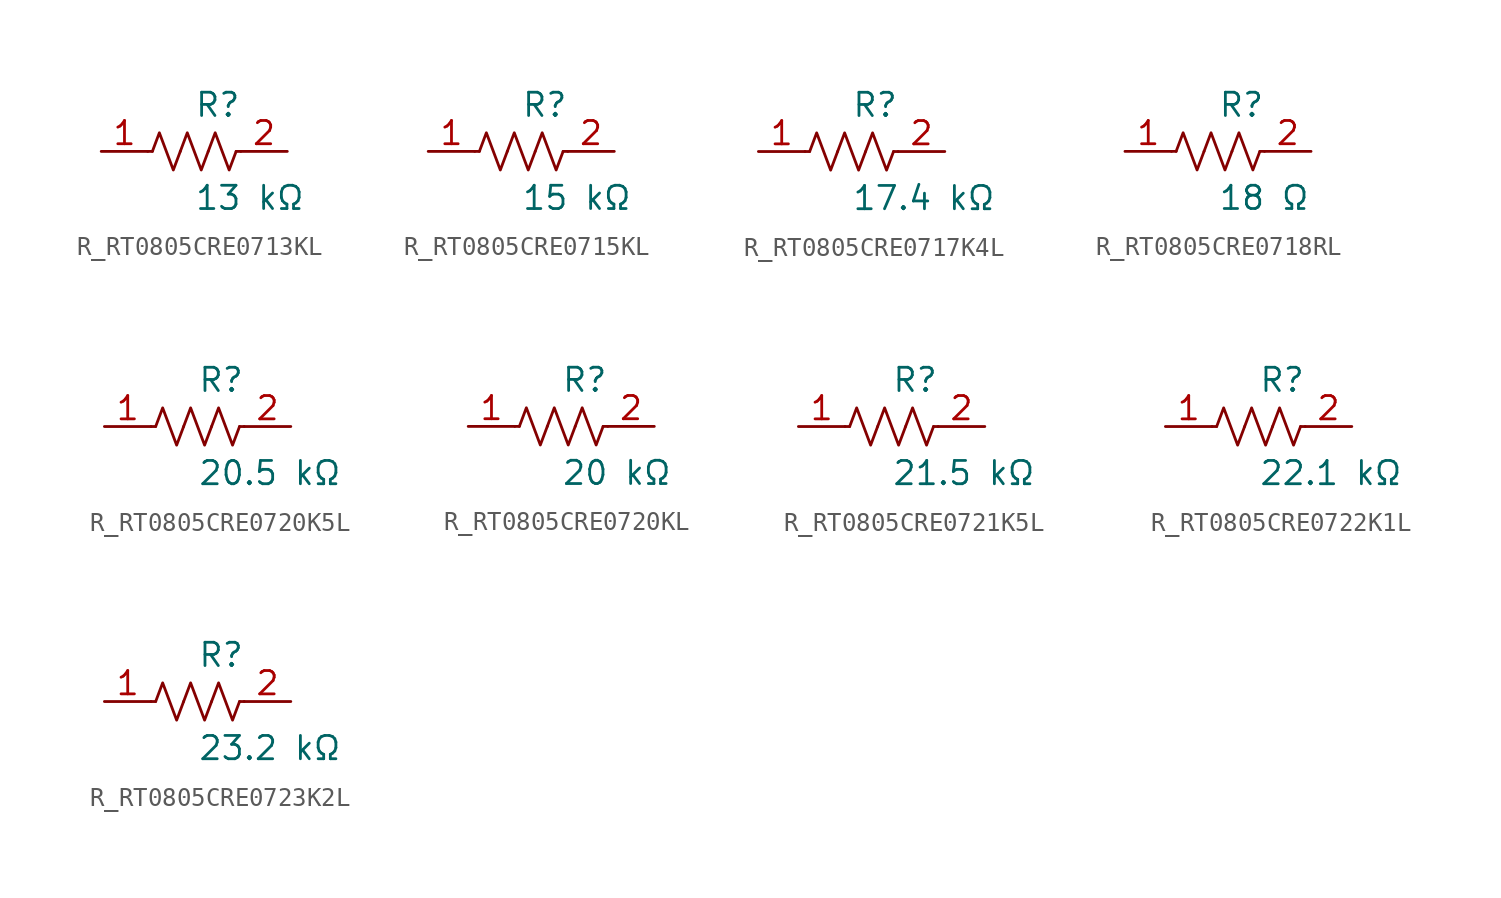
<source format=kicad_sym>
(kicad_symbol_lib
  (version 20231120)
  (generator kicad_symbol_editor)
  (generator_version 8.0)
  (symbol "R_RT0805CRE0713KL"
    (pin_names
      (offset 0.254))
    (property "Reference" "R"
      (at 0 2.54 0)
      (effects (font (size 1.27 1.27)) (justify left)))
    (property "Value" "13 kΩ"
      (at 0 -2.54 0)
      (effects (font (size 1.27 1.27)) (justify left)))
    (symbol "R_RT0805CRE0713KL_0_1"
      (polyline (pts (xy 2.286 0) (xy 2.54 0)) (stroke (width 0) (type default)) (fill (type none)))
      (polyline (pts (xy -2.286 0) (xy -2.54 0)) (stroke (width 0) (type default)) (fill (type none)))
      (polyline (pts (xy 0.762 0) (xy 1.143 1.016) (xy 1.524 0) (xy 1.905 -1.016) (xy 2.286 0)) (stroke (width 0) (type default)) (fill (type none)))
      (polyline (pts (xy -0.762 0) (xy -0.381 1.016) (xy 0 0) (xy 0.381 -1.016) (xy 0.762 0)) (stroke (width 0) (type default)) (fill (type none)))
      (polyline (pts (xy -2.286 0) (xy -1.905 1.016) (xy -1.524 0) (xy -1.143 -1.016) (xy -0.762 0)) (stroke (width 0) (type default)) (fill (type none))))
    (pin unspecified line
      (at -5.08 0 0)
      (length 2.54)
      (name "" (effects (font (size 1.27 1.27))))
      (number "1" (effects (font (size 1.27 1.27)))))
    (pin unspecified line
      (at 5.08 0 180)
      (length 2.54)
      (name "" (effects (font (size 1.27 1.27))))
      (number "2" (effects (font (size 1.27 1.27))))))
  (symbol "R_RT0805CRE0715KL"
    (pin_names
      (offset 0.254))
    (property "Reference" "R"
      (at 0 2.54 0)
      (effects (font (size 1.27 1.27)) (justify left)))
    (property "Value" "15 kΩ"
      (at 0 -2.54 0)
      (effects (font (size 1.27 1.27)) (justify left)))
    (symbol "R_RT0805CRE0715KL_0_1"
      (polyline (pts (xy 2.286 0) (xy 2.54 0)) (stroke (width 0) (type default)) (fill (type none)))
      (polyline (pts (xy -2.286 0) (xy -2.54 0)) (stroke (width 0) (type default)) (fill (type none)))
      (polyline (pts (xy 0.762 0) (xy 1.143 1.016) (xy 1.524 0) (xy 1.905 -1.016) (xy 2.286 0)) (stroke (width 0) (type default)) (fill (type none)))
      (polyline (pts (xy -0.762 0) (xy -0.381 1.016) (xy 0 0) (xy 0.381 -1.016) (xy 0.762 0)) (stroke (width 0) (type default)) (fill (type none)))
      (polyline (pts (xy -2.286 0) (xy -1.905 1.016) (xy -1.524 0) (xy -1.143 -1.016) (xy -0.762 0)) (stroke (width 0) (type default)) (fill (type none))))
    (pin unspecified line
      (at -5.08 0 0)
      (length 2.54)
      (name "" (effects (font (size 1.27 1.27))))
      (number "1" (effects (font (size 1.27 1.27)))))
    (pin unspecified line
      (at 5.08 0 180)
      (length 2.54)
      (name "" (effects (font (size 1.27 1.27))))
      (number "2" (effects (font (size 1.27 1.27))))))
  (symbol "R_RT0805CRE0717K4L"
    (pin_names
      (offset 0.254))
    (property "Reference" "R"
      (at 0 2.54 0)
      (effects (font (size 1.27 1.27)) (justify left)))
    (property "Value" "17.4 kΩ"
      (at 0 -2.54 0)
      (effects (font (size 1.27 1.27)) (justify left)))
    (symbol "R_RT0805CRE0717K4L_0_1"
      (polyline (pts (xy 2.286 0) (xy 2.54 0)) (stroke (width 0) (type default)) (fill (type none)))
      (polyline (pts (xy -2.286 0) (xy -2.54 0)) (stroke (width 0) (type default)) (fill (type none)))
      (polyline (pts (xy 0.762 0) (xy 1.143 1.016) (xy 1.524 0) (xy 1.905 -1.016) (xy 2.286 0)) (stroke (width 0) (type default)) (fill (type none)))
      (polyline (pts (xy -0.762 0) (xy -0.381 1.016) (xy 0 0) (xy 0.381 -1.016) (xy 0.762 0)) (stroke (width 0) (type default)) (fill (type none)))
      (polyline (pts (xy -2.286 0) (xy -1.905 1.016) (xy -1.524 0) (xy -1.143 -1.016) (xy -0.762 0)) (stroke (width 0) (type default)) (fill (type none))))
    (pin unspecified line
      (at -5.08 0 0)
      (length 2.54)
      (name "" (effects (font (size 1.27 1.27))))
      (number "1" (effects (font (size 1.27 1.27)))))
    (pin unspecified line
      (at 5.08 0 180)
      (length 2.54)
      (name "" (effects (font (size 1.27 1.27))))
      (number "2" (effects (font (size 1.27 1.27))))))
  (symbol "R_RT0805CRE0718RL"
    (pin_names
      (offset 0.254))
    (property "Reference" "R"
      (at 0 2.54 0)
      (effects (font (size 1.27 1.27)) (justify left)))
    (property "Value" "18 Ω"
      (at 0 -2.54 0)
      (effects (font (size 1.27 1.27)) (justify left)))
    (symbol "R_RT0805CRE0718RL_0_1"
      (polyline (pts (xy 2.286 0) (xy 2.54 0)) (stroke (width 0) (type default)) (fill (type none)))
      (polyline (pts (xy -2.286 0) (xy -2.54 0)) (stroke (width 0) (type default)) (fill (type none)))
      (polyline (pts (xy 0.762 0) (xy 1.143 1.016) (xy 1.524 0) (xy 1.905 -1.016) (xy 2.286 0)) (stroke (width 0) (type default)) (fill (type none)))
      (polyline (pts (xy -0.762 0) (xy -0.381 1.016) (xy 0 0) (xy 0.381 -1.016) (xy 0.762 0)) (stroke (width 0) (type default)) (fill (type none)))
      (polyline (pts (xy -2.286 0) (xy -1.905 1.016) (xy -1.524 0) (xy -1.143 -1.016) (xy -0.762 0)) (stroke (width 0) (type default)) (fill (type none))))
    (pin unspecified line
      (at -5.08 0 0)
      (length 2.54)
      (name "" (effects (font (size 1.27 1.27))))
      (number "1" (effects (font (size 1.27 1.27)))))
    (pin unspecified line
      (at 5.08 0 180)
      (length 2.54)
      (name "" (effects (font (size 1.27 1.27))))
      (number "2" (effects (font (size 1.27 1.27))))))
  (symbol "R_RT0805CRE0720K5L"
    (pin_names
      (offset 0.254))
    (property "Reference" "R"
      (at 0 2.54 0)
      (effects (font (size 1.27 1.27)) (justify left)))
    (property "Value" "20.5 kΩ"
      (at 0 -2.54 0)
      (effects (font (size 1.27 1.27)) (justify left)))
    (symbol "R_RT0805CRE0720K5L_0_1"
      (polyline (pts (xy 2.286 0) (xy 2.54 0)) (stroke (width 0) (type default)) (fill (type none)))
      (polyline (pts (xy -2.286 0) (xy -2.54 0)) (stroke (width 0) (type default)) (fill (type none)))
      (polyline (pts (xy 0.762 0) (xy 1.143 1.016) (xy 1.524 0) (xy 1.905 -1.016) (xy 2.286 0)) (stroke (width 0) (type default)) (fill (type none)))
      (polyline (pts (xy -0.762 0) (xy -0.381 1.016) (xy 0 0) (xy 0.381 -1.016) (xy 0.762 0)) (stroke (width 0) (type default)) (fill (type none)))
      (polyline (pts (xy -2.286 0) (xy -1.905 1.016) (xy -1.524 0) (xy -1.143 -1.016) (xy -0.762 0)) (stroke (width 0) (type default)) (fill (type none))))
    (pin unspecified line
      (at -5.08 0 0)
      (length 2.54)
      (name "" (effects (font (size 1.27 1.27))))
      (number "1" (effects (font (size 1.27 1.27)))))
    (pin unspecified line
      (at 5.08 0 180)
      (length 2.54)
      (name "" (effects (font (size 1.27 1.27))))
      (number "2" (effects (font (size 1.27 1.27))))))
  (symbol "R_RT0805CRE0720KL"
    (pin_names
      (offset 0.254))
    (property "Reference" "R"
      (at 0 2.54 0)
      (effects (font (size 1.27 1.27)) (justify left)))
    (property "Value" "20 kΩ"
      (at 0 -2.54 0)
      (effects (font (size 1.27 1.27)) (justify left)))
    (symbol "R_RT0805CRE0720KL_0_1"
      (polyline (pts (xy 2.286 0) (xy 2.54 0)) (stroke (width 0) (type default)) (fill (type none)))
      (polyline (pts (xy -2.286 0) (xy -2.54 0)) (stroke (width 0) (type default)) (fill (type none)))
      (polyline (pts (xy 0.762 0) (xy 1.143 1.016) (xy 1.524 0) (xy 1.905 -1.016) (xy 2.286 0)) (stroke (width 0) (type default)) (fill (type none)))
      (polyline (pts (xy -0.762 0) (xy -0.381 1.016) (xy 0 0) (xy 0.381 -1.016) (xy 0.762 0)) (stroke (width 0) (type default)) (fill (type none)))
      (polyline (pts (xy -2.286 0) (xy -1.905 1.016) (xy -1.524 0) (xy -1.143 -1.016) (xy -0.762 0)) (stroke (width 0) (type default)) (fill (type none))))
    (pin unspecified line
      (at -5.08 0 0)
      (length 2.54)
      (name "" (effects (font (size 1.27 1.27))))
      (number "1" (effects (font (size 1.27 1.27)))))
    (pin unspecified line
      (at 5.08 0 180)
      (length 2.54)
      (name "" (effects (font (size 1.27 1.27))))
      (number "2" (effects (font (size 1.27 1.27))))))
  (symbol "R_RT0805CRE0721K5L"
    (pin_names
      (offset 0.254))
    (property "Reference" "R"
      (at 0 2.54 0)
      (effects (font (size 1.27 1.27)) (justify left)))
    (property "Value" "21.5 kΩ"
      (at 0 -2.54 0)
      (effects (font (size 1.27 1.27)) (justify left)))
    (symbol "R_RT0805CRE0721K5L_0_1"
      (polyline (pts (xy 2.286 0) (xy 2.54 0)) (stroke (width 0) (type default)) (fill (type none)))
      (polyline (pts (xy -2.286 0) (xy -2.54 0)) (stroke (width 0) (type default)) (fill (type none)))
      (polyline (pts (xy 0.762 0) (xy 1.143 1.016) (xy 1.524 0) (xy 1.905 -1.016) (xy 2.286 0)) (stroke (width 0) (type default)) (fill (type none)))
      (polyline (pts (xy -0.762 0) (xy -0.381 1.016) (xy 0 0) (xy 0.381 -1.016) (xy 0.762 0)) (stroke (width 0) (type default)) (fill (type none)))
      (polyline (pts (xy -2.286 0) (xy -1.905 1.016) (xy -1.524 0) (xy -1.143 -1.016) (xy -0.762 0)) (stroke (width 0) (type default)) (fill (type none))))
    (pin unspecified line
      (at -5.08 0 0)
      (length 2.54)
      (name "" (effects (font (size 1.27 1.27))))
      (number "1" (effects (font (size 1.27 1.27)))))
    (pin unspecified line
      (at 5.08 0 180)
      (length 2.54)
      (name "" (effects (font (size 1.27 1.27))))
      (number "2" (effects (font (size 1.27 1.27))))))
  (symbol "R_RT0805CRE0722K1L"
    (pin_names
      (offset 0.254))
    (property "Reference" "R"
      (at 0 2.54 0)
      (effects (font (size 1.27 1.27)) (justify left)))
    (property "Value" "22.1 kΩ"
      (at 0 -2.54 0)
      (effects (font (size 1.27 1.27)) (justify left)))
    (symbol "R_RT0805CRE0722K1L_0_1"
      (polyline (pts (xy 2.286 0) (xy 2.54 0)) (stroke (width 0) (type default)) (fill (type none)))
      (polyline (pts (xy -2.286 0) (xy -2.54 0)) (stroke (width 0) (type default)) (fill (type none)))
      (polyline (pts (xy 0.762 0) (xy 1.143 1.016) (xy 1.524 0) (xy 1.905 -1.016) (xy 2.286 0)) (stroke (width 0) (type default)) (fill (type none)))
      (polyline (pts (xy -0.762 0) (xy -0.381 1.016) (xy 0 0) (xy 0.381 -1.016) (xy 0.762 0)) (stroke (width 0) (type default)) (fill (type none)))
      (polyline (pts (xy -2.286 0) (xy -1.905 1.016) (xy -1.524 0) (xy -1.143 -1.016) (xy -0.762 0)) (stroke (width 0) (type default)) (fill (type none))))
    (pin unspecified line
      (at -5.08 0 0)
      (length 2.54)
      (name "" (effects (font (size 1.27 1.27))))
      (number "1" (effects (font (size 1.27 1.27)))))
    (pin unspecified line
      (at 5.08 0 180)
      (length 2.54)
      (name "" (effects (font (size 1.27 1.27))))
      (number "2" (effects (font (size 1.27 1.27))))))
  (symbol "R_RT0805CRE0723K2L"
    (pin_names
      (offset 0.254))
    (property "Reference" "R"
      (at 0 2.54 0)
      (effects (font (size 1.27 1.27)) (justify left)))
    (property "Value" "23.2 kΩ"
      (at 0 -2.54 0)
      (effects (font (size 1.27 1.27)) (justify left)))
    (symbol "R_RT0805CRE0723K2L_0_1"
      (polyline (pts (xy 2.286 0) (xy 2.54 0)) (stroke (width 0) (type default)) (fill (type none)))
      (polyline (pts (xy -2.286 0) (xy -2.54 0)) (stroke (width 0) (type default)) (fill (type none)))
      (polyline (pts (xy 0.762 0) (xy 1.143 1.016) (xy 1.524 0) (xy 1.905 -1.016) (xy 2.286 0)) (stroke (width 0) (type default)) (fill (type none)))
      (polyline (pts (xy -0.762 0) (xy -0.381 1.016) (xy 0 0) (xy 0.381 -1.016) (xy 0.762 0)) (stroke (width 0) (type default)) (fill (type none)))
      (polyline (pts (xy -2.286 0) (xy -1.905 1.016) (xy -1.524 0) (xy -1.143 -1.016) (xy -0.762 0)) (stroke (width 0) (type default)) (fill (type none))))
    (pin unspecified line
      (at -5.08 0 0)
      (length 2.54)
      (name "" (effects (font (size 1.27 1.27))))
      (number "1" (effects (font (size 1.27 1.27)))))
    (pin unspecified line
      (at 5.08 0 180)
      (length 2.54)
      (name "" (effects (font (size 1.27 1.27))))
      (number "2" (effects (font (size 1.27 1.27)))))))
</source>
